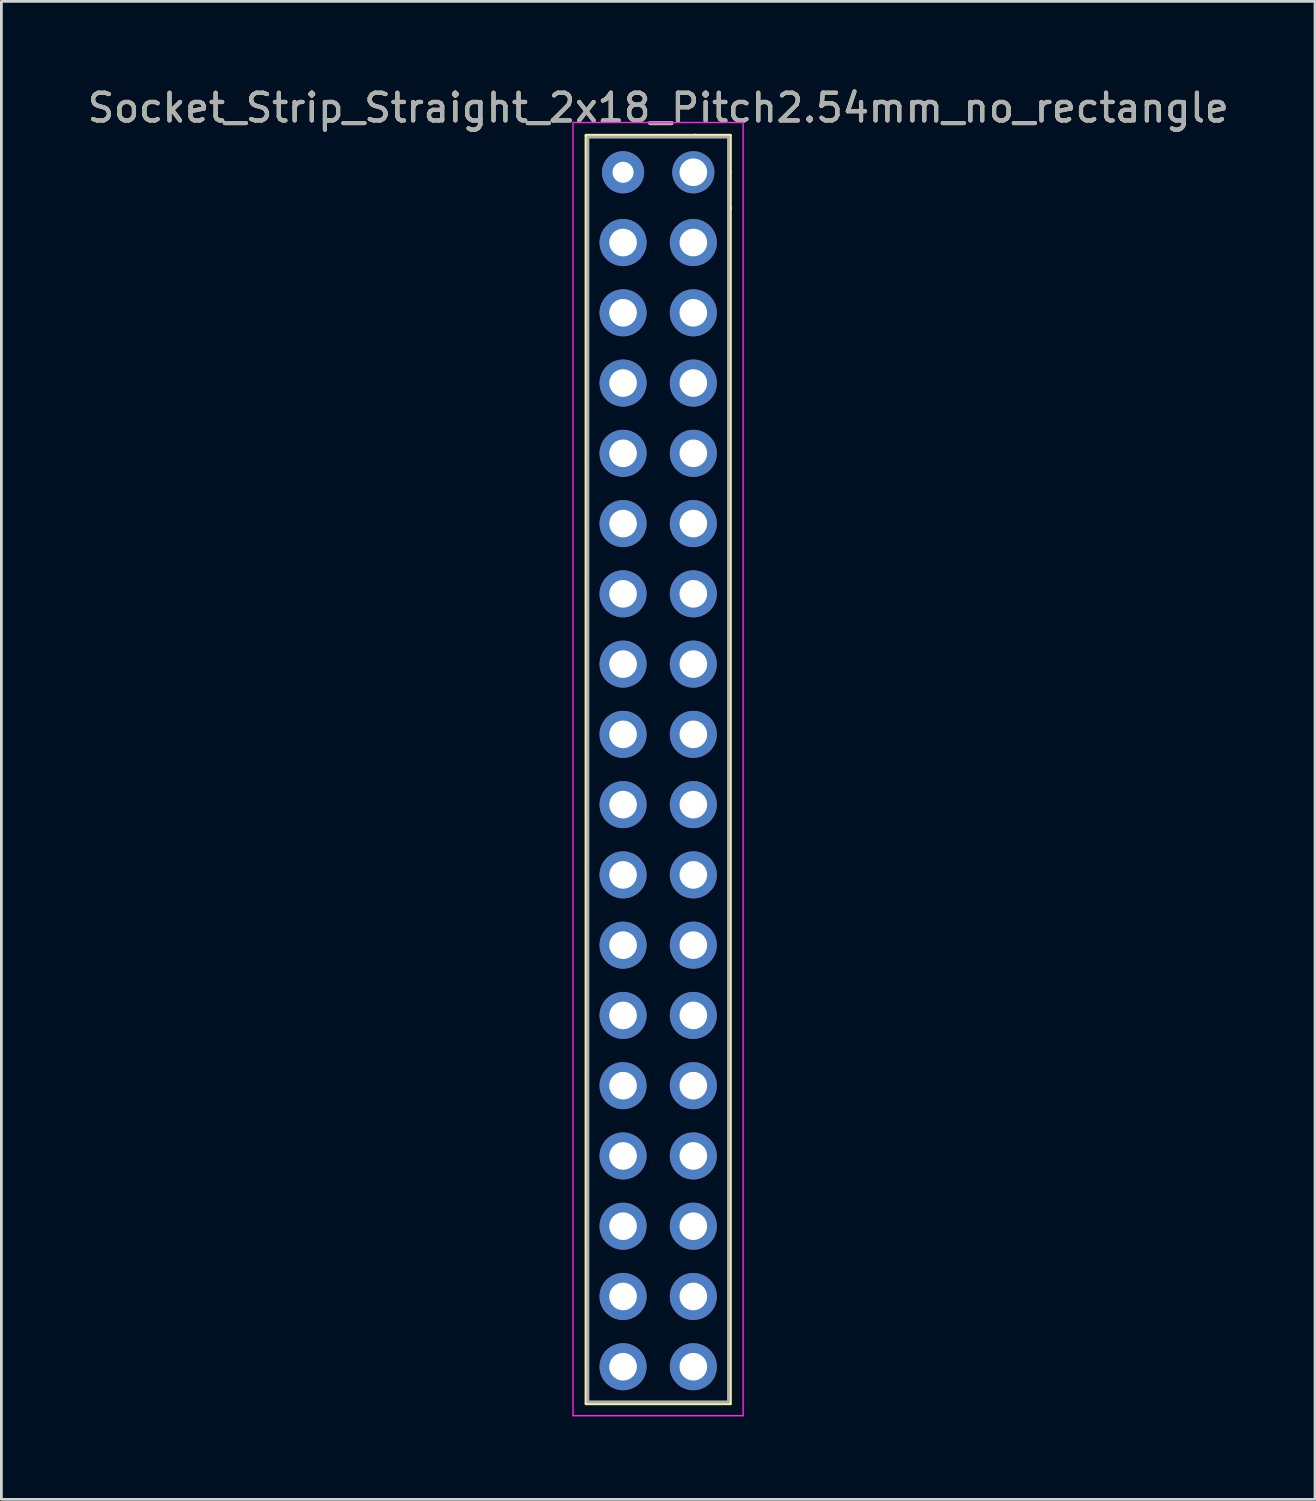
<source format=kicad_pcb>
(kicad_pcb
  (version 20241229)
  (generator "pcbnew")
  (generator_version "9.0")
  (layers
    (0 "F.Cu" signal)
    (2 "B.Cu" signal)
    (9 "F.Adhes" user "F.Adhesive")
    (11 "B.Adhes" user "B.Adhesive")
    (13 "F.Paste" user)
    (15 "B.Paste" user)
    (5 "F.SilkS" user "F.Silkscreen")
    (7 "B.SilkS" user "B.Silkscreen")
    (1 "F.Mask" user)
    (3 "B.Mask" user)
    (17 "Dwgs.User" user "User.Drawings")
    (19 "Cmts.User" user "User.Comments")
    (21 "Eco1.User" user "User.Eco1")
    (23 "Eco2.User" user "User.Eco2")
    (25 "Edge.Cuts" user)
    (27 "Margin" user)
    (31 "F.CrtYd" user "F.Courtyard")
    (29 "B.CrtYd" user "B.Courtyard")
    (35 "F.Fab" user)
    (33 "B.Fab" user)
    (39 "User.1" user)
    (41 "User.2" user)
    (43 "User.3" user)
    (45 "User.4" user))
  (footprint "Socket_Strip_Straight_2x18_Pitch2.54mm_no_rectangle"
    (layer "F.Cu")
    (at 22.014 3.178)
    (property "Reference" "Socket_Strip_Straight_2x18_Pitch2.54mm_no_rectangle" (at -1.27 -2.33 0) (layer "F.SilkS") (effects (font (size 1 1) (thickness 0.15))))
    (attr through_hole)
    (fp_line (start -3.87 -1.33) (end -1.27 -1.33) (stroke (width 0.12) (type solid)) (layer "F.SilkS"))
    (fp_line (start -3.87 44.51) (end -3.87 -1.33) (stroke (width 0.12) (type solid)) (layer "F.SilkS"))
    (fp_line (start -1.26 -1.33) (end 0.06 -1.33) (stroke (width 0.12) (type solid)) (layer "F.SilkS"))
    (fp_line (start 0.06 -1.33) (end 0.08 -1.33) (stroke (width 0.12) (type solid)) (layer "F.SilkS"))
    (fp_line (start 1.33 -1.33) (end 0.06 -1.33) (stroke (width 0.12) (type solid)) (layer "F.SilkS"))
    (fp_line (start 1.33 0) (end 1.33 -1.33) (stroke (width 0.12) (type solid)) (layer "F.SilkS"))
    (fp_line (start 1.33 0.01) (end 1.33 1.33) (stroke (width 0.12) (type solid)) (layer "F.SilkS"))
    (fp_line (start 1.33 1.27) (end 1.33 44.51) (stroke (width 0.12) (type solid)) (layer "F.SilkS"))
    (fp_line (start 1.33 44.51) (end -3.87 44.51) (stroke (width 0.12) (type solid)) (layer "F.SilkS"))
    (fp_line (start -4.35 -1.8) (end -4.35 44.95) (stroke (width 0.05) (type solid)) (layer "F.CrtYd"))
    (fp_line (start -4.35 44.95) (end 1.8 44.95) (stroke (width 0.05) (type solid)) (layer "F.CrtYd"))
    (fp_line (start 1.8 -1.8) (end -4.35 -1.8) (stroke (width 0.05) (type solid)) (layer "F.CrtYd"))
    (fp_line (start 1.8 44.95) (end 1.8 -1.8) (stroke (width 0.05) (type solid)) (layer "F.CrtYd"))
    (fp_line (start -3.81 -1.27) (end -3.81 44.45) (stroke (width 0.1) (type solid)) (layer "F.Fab"))
    (fp_line (start -3.81 44.45) (end 1.27 44.45) (stroke (width 0.1) (type solid)) (layer "F.Fab"))
    (fp_line (start 1.27 -1.27) (end -3.81 -1.27) (stroke (width 0.1) (type solid)) (layer "F.Fab"))
    (fp_line (start 1.27 44.45) (end 1.27 -1.27) (stroke (width 0.1) (type solid)) (layer "F.Fab"))
    (fp_text user "${REFERENCE}" (at -1.27 -2.33 0) (layer "F.Fab") (effects (font (size 1 1) (thickness 0.15))))
    (pad "1" thru_hole circle (at 0 0) (size 1.524 1.524) (drill 1) (layers "*.Cu" "*.Mask"))
    (pad "2" thru_hole circle (at -2.54 0) (size 1.524 1.524) (drill 0.762) (layers "*.Cu" "*.Mask"))
    (pad "3" thru_hole oval (at 0 2.54) (size 1.7 1.7) (drill 1) (layers "*.Cu" "*.Mask"))
    (pad "4" thru_hole oval (at -2.54 2.54) (size 1.7 1.7) (drill 1) (layers "*.Cu" "*.Mask"))
    (pad "5" thru_hole oval (at 0 5.08) (size 1.7 1.7) (drill 1) (layers "*.Cu" "*.Mask"))
    (pad "6" thru_hole oval (at -2.54 5.08) (size 1.7 1.7) (drill 1) (layers "*.Cu" "*.Mask"))
    (pad "7" thru_hole oval (at 0 7.62) (size 1.7 1.7) (drill 1) (layers "*.Cu" "*.Mask"))
    (pad "8" thru_hole oval (at -2.54 7.62) (size 1.7 1.7) (drill 1) (layers "*.Cu" "*.Mask"))
    (pad "9" thru_hole oval (at 0 10.16) (size 1.7 1.7) (drill 1) (layers "*.Cu" "*.Mask"))
    (pad "10" thru_hole oval (at -2.54 10.16) (size 1.7 1.7) (drill 1) (layers "*.Cu" "*.Mask"))
    (pad "11" thru_hole oval (at 0 12.7) (size 1.7 1.7) (drill 1) (layers "*.Cu" "*.Mask"))
    (pad "12" thru_hole oval (at -2.54 12.7) (size 1.7 1.7) (drill 1) (layers "*.Cu" "*.Mask"))
    (pad "13" thru_hole oval (at 0 15.24) (size 1.7 1.7) (drill 1) (layers "*.Cu" "*.Mask"))
    (pad "14" thru_hole oval (at -2.54 15.24) (size 1.7 1.7) (drill 1) (layers "*.Cu" "*.Mask"))
    (pad "15" thru_hole oval (at 0 17.78) (size 1.7 1.7) (drill 1) (layers "*.Cu" "*.Mask"))
    (pad "16" thru_hole oval (at -2.54 17.78) (size 1.7 1.7) (drill 1) (layers "*.Cu" "*.Mask"))
    (pad "17" thru_hole oval (at 0 20.32) (size 1.7 1.7) (drill 1) (layers "*.Cu" "*.Mask"))
    (pad "18" thru_hole oval (at -2.54 20.32) (size 1.7 1.7) (drill 1) (layers "*.Cu" "*.Mask"))
    (pad "19" thru_hole oval (at 0 22.86) (size 1.7 1.7) (drill 1) (layers "*.Cu" "*.Mask"))
    (pad "20" thru_hole oval (at -2.54 22.86) (size 1.7 1.7) (drill 1) (layers "*.Cu" "*.Mask"))
    (pad "21" thru_hole oval (at 0 25.4) (size 1.7 1.7) (drill 1) (layers "*.Cu" "*.Mask"))
    (pad "22" thru_hole oval (at -2.54 25.4) (size 1.7 1.7) (drill 1) (layers "*.Cu" "*.Mask"))
    (pad "23" thru_hole oval (at 0 27.94) (size 1.7 1.7) (drill 1) (layers "*.Cu" "*.Mask"))
    (pad "24" thru_hole oval (at -2.54 27.94) (size 1.7 1.7) (drill 1) (layers "*.Cu" "*.Mask"))
    (pad "25" thru_hole oval (at 0 30.48) (size 1.7 1.7) (drill 1) (layers "*.Cu" "*.Mask"))
    (pad "26" thru_hole oval (at -2.54 30.48) (size 1.7 1.7) (drill 1) (layers "*.Cu" "*.Mask"))
    (pad "27" thru_hole oval (at 0 33.02) (size 1.7 1.7) (drill 1) (layers "*.Cu" "*.Mask"))
    (pad "28" thru_hole oval (at -2.54 33.02) (size 1.7 1.7) (drill 1) (layers "*.Cu" "*.Mask"))
    (pad "29" thru_hole oval (at 0 35.56) (size 1.7 1.7) (drill 1) (layers "*.Cu" "*.Mask"))
    (pad "30" thru_hole oval (at -2.54 35.56) (size 1.7 1.7) (drill 1) (layers "*.Cu" "*.Mask"))
    (pad "31" thru_hole oval (at 0 38.1) (size 1.7 1.7) (drill 1) (layers "*.Cu" "*.Mask"))
    (pad "32" thru_hole oval (at -2.54 38.1) (size 1.7 1.7) (drill 1) (layers "*.Cu" "*.Mask"))
    (pad "33" thru_hole oval (at 0 40.64) (size 1.7 1.7) (drill 1) (layers "*.Cu" "*.Mask"))
    (pad "34" thru_hole oval (at -2.54 40.64) (size 1.7 1.7) (drill 1) (layers "*.Cu" "*.Mask"))
    (pad "35" thru_hole oval (at 0 43.18) (size 1.7 1.7) (drill 1) (layers "*.Cu" "*.Mask"))
    (pad "36" thru_hole oval (at -2.54 43.18) (size 1.7 1.7) (drill 1) (layers "*.Cu" "*.Mask")))
  (gr_rect
    (start -3 -3)
    (end 44.488 51.153)
    (stroke (width 0.1) (type default))
    (fill no)
    (layer "Edge.Cuts")))
</source>
